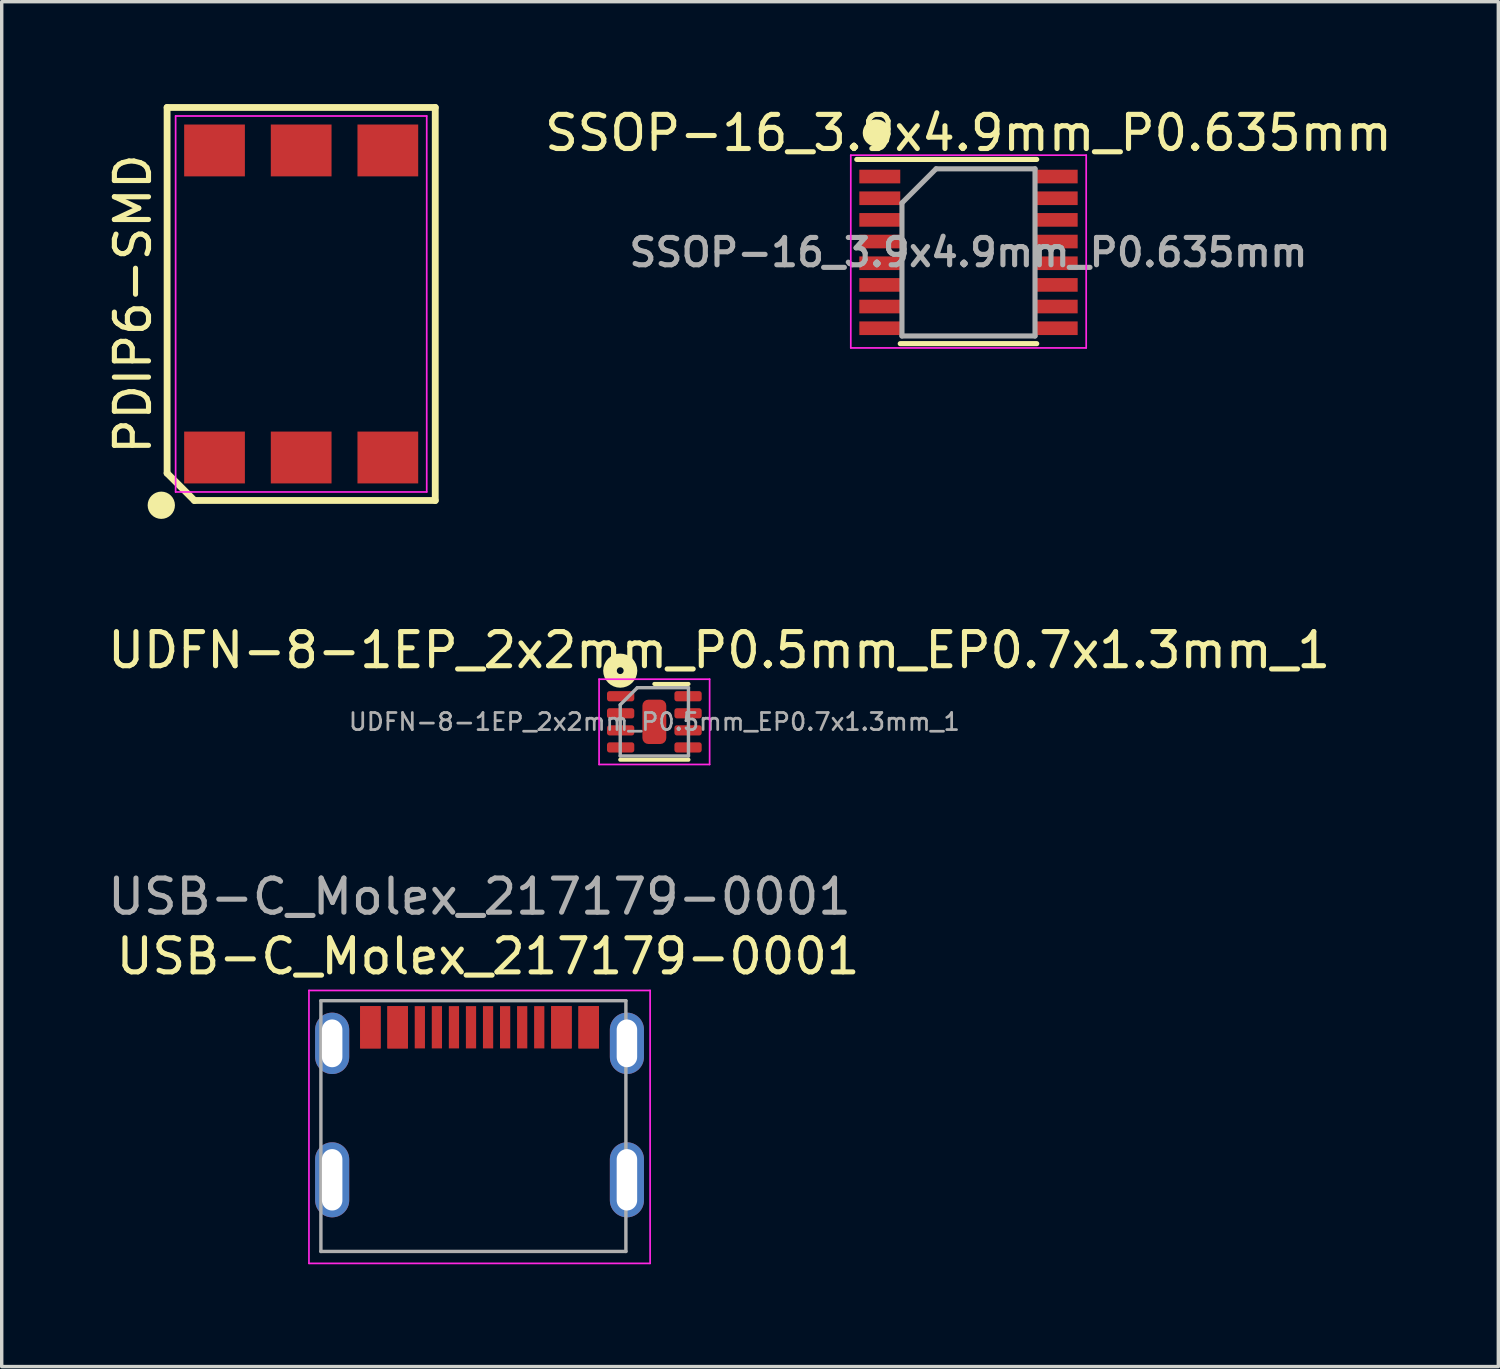
<source format=kicad_pcb>
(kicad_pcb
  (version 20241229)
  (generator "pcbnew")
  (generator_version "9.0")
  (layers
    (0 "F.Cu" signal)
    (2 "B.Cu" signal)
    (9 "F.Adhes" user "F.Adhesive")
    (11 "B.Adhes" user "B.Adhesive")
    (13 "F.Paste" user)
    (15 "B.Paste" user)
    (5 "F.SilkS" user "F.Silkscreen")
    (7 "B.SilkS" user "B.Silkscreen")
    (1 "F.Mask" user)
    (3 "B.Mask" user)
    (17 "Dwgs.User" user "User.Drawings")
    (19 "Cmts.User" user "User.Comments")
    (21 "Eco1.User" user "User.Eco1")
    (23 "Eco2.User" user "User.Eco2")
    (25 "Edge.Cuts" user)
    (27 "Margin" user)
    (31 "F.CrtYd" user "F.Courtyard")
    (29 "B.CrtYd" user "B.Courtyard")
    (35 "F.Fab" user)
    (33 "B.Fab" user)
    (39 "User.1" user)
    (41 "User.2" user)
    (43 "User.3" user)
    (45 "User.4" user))
  (footprint "USB-C_Molex_217179-0001"
    (layer "F.Cu")
    (at 11.006 30.232)
    (property "Reference" "USB-C_Molex_217179-0001" (at 0.25 -5.25 0) (unlocked yes) (layer "F.SilkS") (effects (font (size 1 1) (thickness 0.15))))
    (attr through_hole)
    (fp_line (start -5 -4.25) (end 5 -4.25) (stroke (width 0.05) (type solid)) (layer "F.CrtYd"))
    (fp_line (start -5 3.75) (end -5 -4.25) (stroke (width 0.05) (type solid)) (layer "F.CrtYd"))
    (fp_line (start 5 -4.25) (end 5 3.75) (stroke (width 0.05) (type solid)) (layer "F.CrtYd"))
    (fp_line (start 5 3.75) (end -5 3.75) (stroke (width 0.05) (type solid)) (layer "F.CrtYd"))
    (fp_line (start -4.65 -3.95) (end -4.65 3.4) (stroke (width 0.1) (type solid)) (layer "F.Fab"))
    (fp_line (start -4.65 -3.95) (end 4.29 -3.95) (stroke (width 0.1) (type solid)) (layer "F.Fab"))
    (fp_line (start -4.65 3.4) (end 4.29 3.4) (stroke (width 0.1) (type solid)) (layer "F.Fab"))
    (fp_line (start 4.29 3.4) (end 4.29 -3.95) (stroke (width 0.1) (type solid)) (layer "F.Fab"))
    (fp_text user "${REFERENCE}" (at 0 -7 0) (layer "F.Fab") (effects (font (size 1 1) (thickness 0.15))))
    (pad "A1" smd rect (at -3.2 -3.171) (size 0.6 1.24) (layers "F.Cu" "F.Mask" "F.Paste"))
    (pad "A4" smd rect (at -2.4 -3.171) (size 0.6 1.24) (layers "F.Cu" "F.Mask" "F.Paste"))
    (pad "A5" smd rect (at -1.25 -3.171) (size 0.3 1.24) (layers "F.Cu" "F.Mask" "F.Paste"))
    (pad "A6" smd rect (at -0.25 -3.171) (size 0.3 1.24) (layers "F.Cu" "F.Mask" "F.Paste"))
    (pad "A7" smd rect (at 0.25 -3.171) (size 0.3 1.24) (layers "F.Cu" "F.Mask" "F.Paste"))
    (pad "A8" smd rect (at 1.25 -3.171) (size 0.3 1.24) (layers "F.Cu" "F.Mask" "F.Paste"))
    (pad "A9" smd rect (at 2.4 -3.171) (size 0.6 1.24) (layers "F.Cu" "F.Mask" "F.Paste"))
    (pad "A12" smd rect (at 3.2 -3.171) (size 0.6 1.24) (layers "F.Cu" "F.Mask" "F.Paste"))
    (pad "B1" smd rect (at 3.2 -3.171) (size 0.6 1.24) (layers "F.Cu" "F.Mask" "F.Paste"))
    (pad "B4" smd rect (at 2.4 -3.171) (size 0.6 1.24) (layers "F.Cu" "F.Mask" "F.Paste"))
    (pad "B5" smd rect (at 1.75 -3.171) (size 0.3 1.24) (layers "F.Cu" "F.Mask" "F.Paste"))
    (pad "B6" smd rect (at 0.75 -3.171) (size 0.3 1.24) (layers "F.Cu" "F.Mask" "F.Paste"))
    (pad "B7" smd rect (at -0.75 -3.171) (size 0.3 1.24) (layers "F.Cu" "F.Mask" "F.Paste"))
    (pad "B8" smd rect (at -1.75 -3.171) (size 0.3 1.24) (layers "F.Cu" "F.Mask" "F.Paste"))
    (pad "B9" smd rect (at -2.4 -3.171) (size 0.6 1.24) (layers "F.Cu" "F.Mask" "F.Paste"))
    (pad "B12" smd rect (at -3.2 -3.171) (size 0.6 1.24) (layers "F.Cu" "F.Mask" "F.Paste"))
    (pad "S1" thru_hole oval (at -4.32 -2.7) (size 1 1.8) (drill oval 0.6 1.4) (layers "*.Cu" "*.Mask"))
    (pad "S1" thru_hole oval (at -4.32 1.3) (size 1 2.2) (drill oval 0.6 1.8) (layers "*.Cu" "*.Mask"))
    (pad "S1" thru_hole oval (at 4.32 -2.7) (size 1 1.8) (drill oval 0.6 1.4) (layers "*.Cu" "*.Mask"))
    (pad "S1" thru_hole oval (at 4.32 1.3) (size 1 2.2) (drill oval 0.6 1.8) (layers "*.Cu" "*.Mask")))
  (footprint "UDFN-8-1EP_2x2mm_P0.5mm_EP0.7x1.3mm_1"
    (layer "F.Cu")
    (at 16.13 18.108)
    (property "Reference" "UDFN-8-1EP_2x2mm_P0.5mm_EP0.7x1.3mm_1" (at 1.9 -2.1 0) (layer "F.SilkS") (effects (font (size 1 1) (thickness 0.15))))
    (attr smd)
    (fp_line (start -1 1.11) (end 1 1.11) (stroke (width 0.12) (type solid)) (layer "F.SilkS"))
    (fp_line (start 0 -1.11) (end 1 -1.11) (stroke (width 0.12) (type solid)) (layer "F.SilkS"))
    (fp_circle (center -1 -1.5) (end -0.9 -1.5) (stroke (width 0.4) (type solid)) (fill no) (layer "F.SilkS"))
    (fp_line (start -1.62 -1.25) (end -1.62 1.25) (stroke (width 0.05) (type solid)) (layer "F.CrtYd"))
    (fp_line (start -1.62 1.25) (end 1.62 1.25) (stroke (width 0.05) (type solid)) (layer "F.CrtYd"))
    (fp_line (start 1.62 -1.25) (end -1.62 -1.25) (stroke (width 0.05) (type solid)) (layer "F.CrtYd"))
    (fp_line (start 1.62 1.25) (end 1.62 -1.25) (stroke (width 0.05) (type solid)) (layer "F.CrtYd"))
    (fp_line (start -1 -0.5) (end -0.5 -1) (stroke (width 0.1) (type solid)) (layer "F.Fab"))
    (fp_line (start -1 1) (end -1 -0.5) (stroke (width 0.1) (type solid)) (layer "F.Fab"))
    (fp_line (start -0.5 -1) (end 1 -1) (stroke (width 0.1) (type solid)) (layer "F.Fab"))
    (fp_line (start 1 -1) (end 1 1) (stroke (width 0.1) (type solid)) (layer "F.Fab"))
    (fp_line (start 1 1) (end -1 1) (stroke (width 0.1) (type solid)) (layer "F.Fab"))
    (fp_text user "${REFERENCE}" (at 0 0 0) (layer "F.Fab") (effects (font (size 0.5 0.5) (thickness 0.08))))
    (pad "1" smd roundrect (at -0.988 -0.75) (size 0.8 0.3) (layers "F.Cu" "F.Mask" "F.Paste") (roundrect_rratio 0.25))
    (pad "2" smd roundrect (at -0.988 -0.25) (size 0.8 0.3) (layers "F.Cu" "F.Mask" "F.Paste") (roundrect_rratio 0.25))
    (pad "3" smd roundrect (at -0.988 0.25) (size 0.8 0.3) (layers "F.Cu" "F.Mask" "F.Paste") (roundrect_rratio 0.25))
    (pad "4" smd roundrect (at -0.988 0.75) (size 0.8 0.3) (layers "F.Cu" "F.Mask" "F.Paste") (roundrect_rratio 0.25))
    (pad "5" smd roundrect (at 0.988 0.75) (size 0.8 0.3) (layers "F.Cu" "F.Mask" "F.Paste") (roundrect_rratio 0.25))
    (pad "6" smd roundrect (at 0.988 0.25) (size 0.8 0.3) (layers "F.Cu" "F.Mask" "F.Paste") (roundrect_rratio 0.25))
    (pad "7" smd roundrect (at 0.988 -0.25) (size 0.8 0.3) (layers "F.Cu" "F.Mask" "F.Paste") (roundrect_rratio 0.25))
    (pad "8" smd roundrect (at 0.988 -0.75) (size 0.8 0.3) (layers "F.Cu" "F.Mask" "F.Paste") (roundrect_rratio 0.25))
    (pad "9" smd roundrect (at 0 0) (size 0.7 1.3) (layers "F.Cu" "F.Mask") (roundrect_rratio 0.25)))
  (footprint "SSOP-16_3.9x4.9mm_P0.635mm"
    (layer "F.Cu")
    (at 25.338 4.348)
    (property "Reference" "SSOP-16_3.9x4.9mm_P0.635mm" (at 0 -3.5 0) (layer "F.SilkS") (effects (font (size 1 1) (thickness 0.15))))
    (attr smd)
    (fp_line (start -3.275 -2.725) (end 2 -2.725) (stroke (width 0.15) (type solid)) (layer "F.SilkS"))
    (fp_line (start -2 2.675) (end 2 2.675) (stroke (width 0.15) (type solid)) (layer "F.SilkS"))
    (fp_circle (center -2.7 -3.5) (end -2.5 -3.5) (stroke (width 0.4) (type solid)) (fill no) (layer "F.SilkS"))
    (fp_line (start -3.45 -2.85) (end -3.45 2.8) (stroke (width 0.05) (type solid)) (layer "F.CrtYd"))
    (fp_line (start -3.45 -2.85) (end 3.45 -2.85) (stroke (width 0.05) (type solid)) (layer "F.CrtYd"))
    (fp_line (start -3.45 2.8) (end 3.45 2.8) (stroke (width 0.05) (type solid)) (layer "F.CrtYd"))
    (fp_line (start 3.45 -2.85) (end 3.45 2.8) (stroke (width 0.05) (type solid)) (layer "F.CrtYd"))
    (fp_line (start -1.95 -1.45) (end -0.95 -2.45) (stroke (width 0.15) (type solid)) (layer "F.Fab"))
    (fp_line (start -1.95 2.45) (end -1.95 -1.45) (stroke (width 0.15) (type solid)) (layer "F.Fab"))
    (fp_line (start -0.95 -2.45) (end 1.95 -2.45) (stroke (width 0.15) (type solid)) (layer "F.Fab"))
    (fp_line (start 1.95 -2.45) (end 1.95 2.45) (stroke (width 0.15) (type solid)) (layer "F.Fab"))
    (fp_line (start 1.95 2.45) (end -1.95 2.45) (stroke (width 0.15) (type solid)) (layer "F.Fab"))
    (fp_text user "${REFERENCE}" (at 0 0 0) (layer "F.Fab") (effects (font (size 0.8 0.8) (thickness 0.15))))
    (pad "1" smd rect (at -2.6 -2.223) (size 1.2 0.4) (layers "F.Cu" "F.Mask" "F.Paste"))
    (pad "2" smd rect (at -2.6 -1.587) (size 1.2 0.4) (layers "F.Cu" "F.Mask" "F.Paste"))
    (pad "3" smd rect (at -2.6 -0.953) (size 1.2 0.4) (layers "F.Cu" "F.Mask" "F.Paste"))
    (pad "4" smd rect (at -2.6 -0.318) (size 1.2 0.4) (layers "F.Cu" "F.Mask" "F.Paste"))
    (pad "5" smd rect (at -2.6 0.318) (size 1.2 0.4) (layers "F.Cu" "F.Mask" "F.Paste"))
    (pad "6" smd rect (at -2.6 0.953) (size 1.2 0.4) (layers "F.Cu" "F.Mask" "F.Paste"))
    (pad "7" smd rect (at -2.6 1.587) (size 1.2 0.4) (layers "F.Cu" "F.Mask" "F.Paste"))
    (pad "8" smd rect (at -2.6 2.223) (size 1.2 0.4) (layers "F.Cu" "F.Mask" "F.Paste"))
    (pad "9" smd rect (at 2.6 2.223) (size 1.2 0.4) (layers "F.Cu" "F.Mask" "F.Paste"))
    (pad "10" smd rect (at 2.6 1.587) (size 1.2 0.4) (layers "F.Cu" "F.Mask" "F.Paste"))
    (pad "11" smd rect (at 2.6 0.953) (size 1.2 0.4) (layers "F.Cu" "F.Mask" "F.Paste"))
    (pad "12" smd rect (at 2.6 0.318) (size 1.2 0.4) (layers "F.Cu" "F.Mask" "F.Paste"))
    (pad "13" smd rect (at 2.6 -0.318) (size 1.2 0.4) (layers "F.Cu" "F.Mask" "F.Paste"))
    (pad "14" smd rect (at 2.6 -0.953) (size 1.2 0.4) (layers "F.Cu" "F.Mask" "F.Paste"))
    (pad "15" smd rect (at 2.6 -1.587) (size 1.2 0.4) (layers "F.Cu" "F.Mask" "F.Paste"))
    (pad "16" smd rect (at 2.6 -2.223) (size 1.2 0.4) (layers "F.Cu" "F.Mask" "F.Paste")))
  (footprint "PDIP6-SMD"
    (layer "F.Cu")
    (at 5.778 5.86)
    (property "Reference" "PDIP6-SMD" (at -4.93 0 90) (layer "F.SilkS") (effects (font (size 1 1) (thickness 0.15))))
    (attr through_hole)
    (fp_line (start -3.93 -5.76) (end 3.93 -5.76) (stroke (width 0.2) (type default)) (layer "F.SilkS"))
    (fp_line (start -3.93 4.96) (end -3.93 -5.76) (stroke (width 0.2) (type default)) (layer "F.SilkS"))
    (fp_line (start -3.13 5.76) (end -3.93 4.96) (stroke (width 0.2) (type default)) (layer "F.SilkS"))
    (fp_line (start 3.93 -5.76) (end 3.93 5.76) (stroke (width 0.2) (type default)) (layer "F.SilkS"))
    (fp_line (start 3.93 5.76) (end -3.13 5.76) (stroke (width 0.2) (type default)) (layer "F.SilkS"))
    (fp_circle (center -4.1 5.9) (end -3.9 5.9) (stroke (width 0.4) (type solid)) (fill no) (layer "F.SilkS"))
    (fp_line (start -3.68 -5.51) (end 3.68 -5.51) (stroke (width 0.05) (type default)) (layer "F.CrtYd"))
    (fp_line (start -3.68 5.51) (end -3.68 -5.51) (stroke (width 0.05) (type default)) (layer "F.CrtYd"))
    (fp_line (start 3.68 -5.51) (end 3.68 5.51) (stroke (width 0.05) (type default)) (layer "F.CrtYd"))
    (fp_line (start 3.68 5.51) (end -3.68 5.51) (stroke (width 0.05) (type default)) (layer "F.CrtYd"))
    (pad "1" smd rect (at -2.54 4.5) (size 1.78 1.52) (layers "F.Cu" "F.Mask" "F.Paste"))
    (pad "2" smd rect (at 0 4.5) (size 1.78 1.52) (layers "F.Cu" "F.Mask" "F.Paste"))
    (pad "3" smd rect (at 2.54 4.5) (size 1.78 1.52) (layers "F.Cu" "F.Mask" "F.Paste"))
    (pad "4" smd rect (at 2.54 -4.5) (size 1.78 1.52) (layers "F.Cu" "F.Mask" "F.Paste"))
    (pad "5" smd rect (at 0 -4.5) (size 1.78 1.52) (layers "F.Cu" "F.Mask" "F.Paste"))
    (pad "6" smd rect (at -2.54 -4.5) (size 1.78 1.52) (layers "F.Cu" "F.Mask" "F.Paste")))
  (gr_rect
    (start -3 -3)
    (end 40.868 37.007)
    (stroke (width 0.1) (type default))
    (fill no)
    (layer "Edge.Cuts")))
</source>
